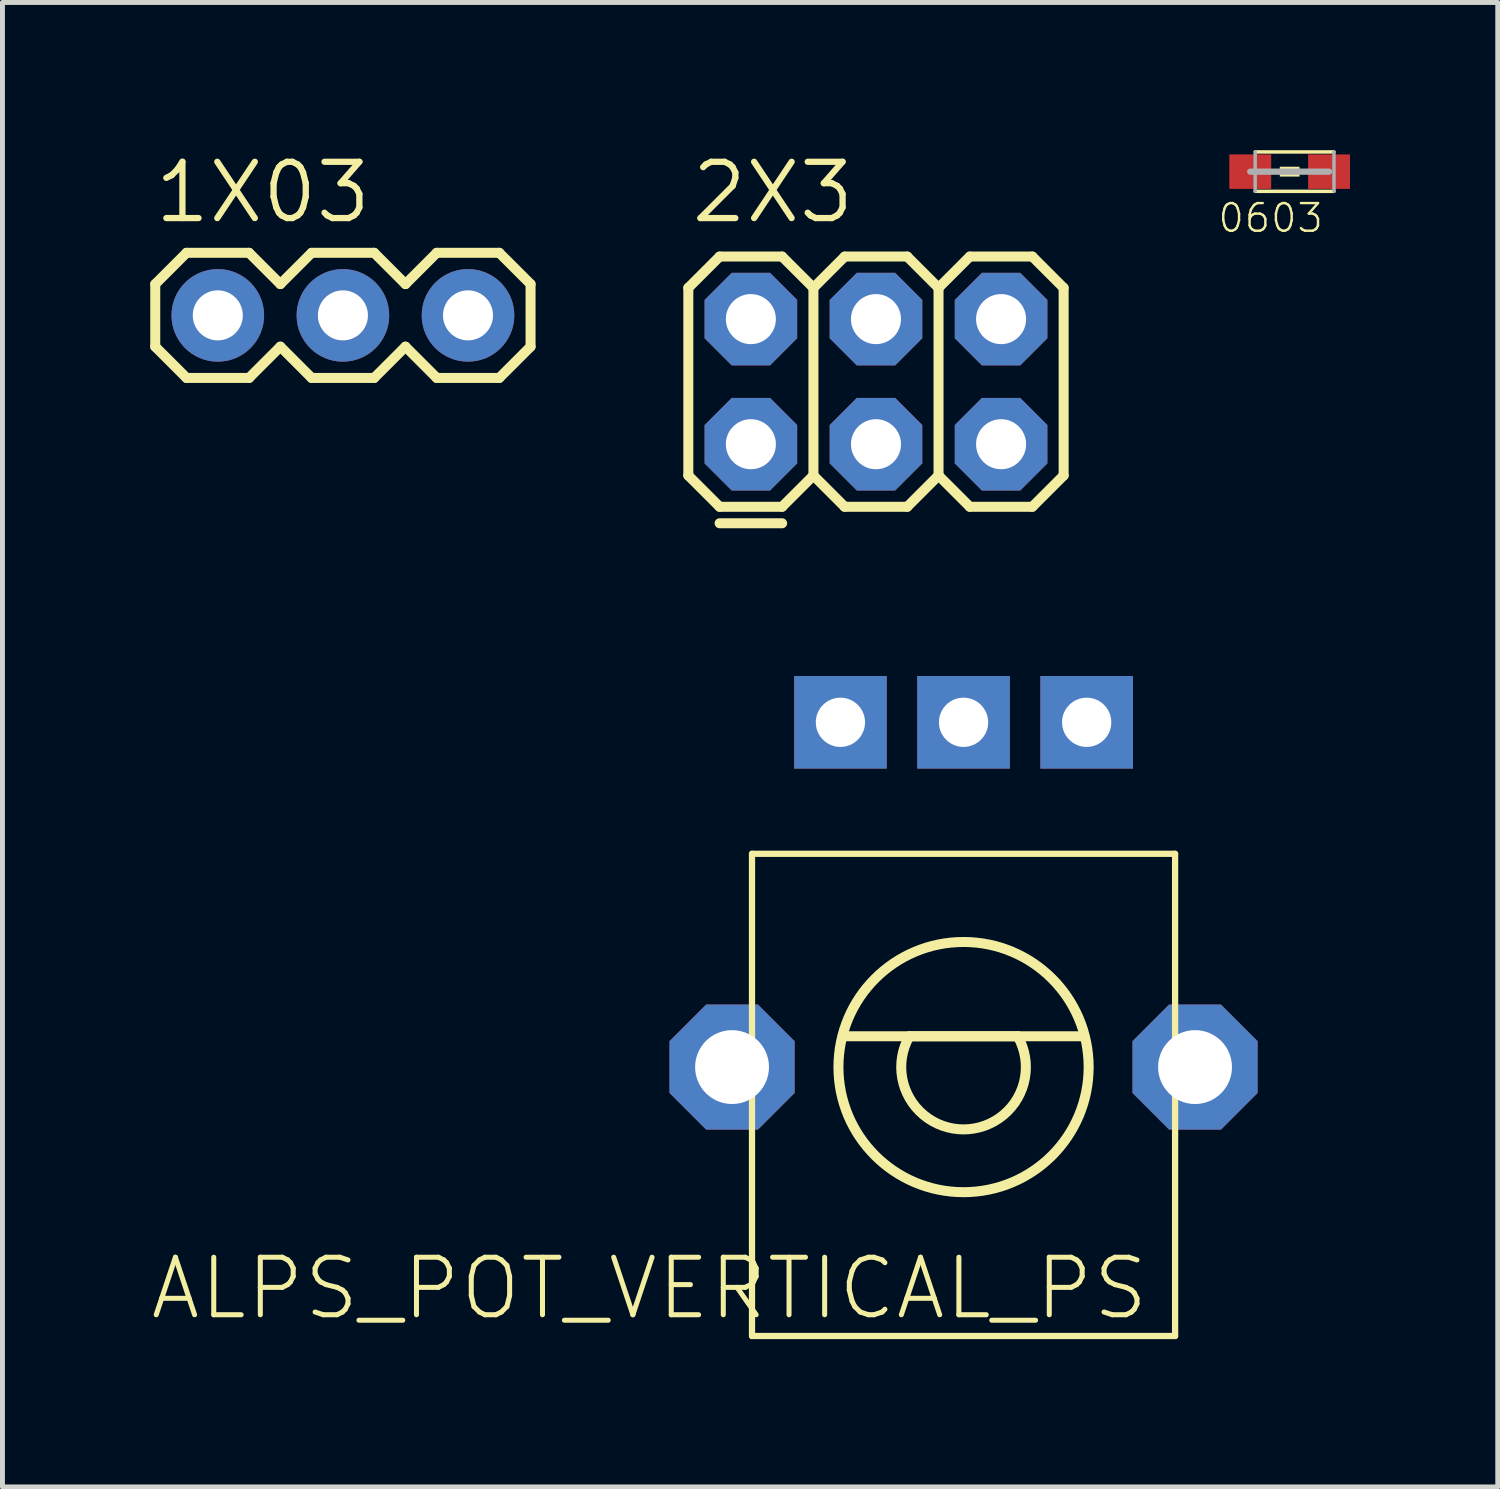
<source format=kicad_pcb>
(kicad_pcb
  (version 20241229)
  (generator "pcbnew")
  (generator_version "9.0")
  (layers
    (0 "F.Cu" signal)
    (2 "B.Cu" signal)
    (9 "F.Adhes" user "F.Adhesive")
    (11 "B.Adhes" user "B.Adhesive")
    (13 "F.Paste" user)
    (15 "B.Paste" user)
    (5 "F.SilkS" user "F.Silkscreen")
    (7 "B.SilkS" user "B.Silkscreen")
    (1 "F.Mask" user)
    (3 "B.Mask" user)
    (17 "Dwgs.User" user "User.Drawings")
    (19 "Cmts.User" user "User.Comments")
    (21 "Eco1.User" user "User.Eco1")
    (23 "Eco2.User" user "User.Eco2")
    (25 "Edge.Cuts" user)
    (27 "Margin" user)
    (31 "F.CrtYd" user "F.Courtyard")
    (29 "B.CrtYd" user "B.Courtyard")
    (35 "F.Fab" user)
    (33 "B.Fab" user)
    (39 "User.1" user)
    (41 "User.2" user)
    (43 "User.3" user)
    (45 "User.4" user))
  (footprint "ALPS_POT_VERTICAL_PS"
    (layer "F.Cu")
    (at 16.513 18.615)
    (property "Reference" "ALPS_POT_VERTICAL_PS" (at 3.81 3.81 0) (layer "F.SilkS") (effects (font (size 1.168 1.168) (thickness 0.102)) (justify right top)))
    (fp_line (start -4.295 -4.33) (end 4.295 -4.33) (stroke (width 0.127) (type solid)) (layer "F.SilkS"))
    (fp_line (start -4.295 5.46) (end -4.295 -4.33) (stroke (width 0.127) (type solid)) (layer "F.SilkS"))
    (fp_line (start -2.45 -0.625) (end 2.425 -0.625) (stroke (width 0.203) (type solid)) (layer "F.SilkS"))
    (fp_line (start -1.1 -0.625) (end 1.1 -0.625) (stroke (width 0.203) (type solid)) (layer "F.SilkS"))
    (fp_line (start 4.295 -4.33) (end 4.295 5.46) (stroke (width 0.127) (type solid)) (layer "F.SilkS"))
    (fp_line (start 4.295 5.46) (end -4.295 5.46) (stroke (width 0.127) (type solid)) (layer "F.SilkS"))
    (fp_arc (start 1.1 -0.625) (mid 0 1.265158) (end -1.1 -0.625) (stroke (width 0.2032) (type solid)) (layer "F.SilkS"))
    (fp_circle (center 0 0) (end 2.54 0) (stroke (width 0.203) (type solid)) (fill no) (layer "F.SilkS"))
    (pad "P$1" thru_hole rect (at -2.5 -7 270) (size 1.88 1.88) (drill 1) (layers "*.Cu" "*.Mask"))
    (pad "P$2" thru_hole rect (at 0 -7 270) (size 1.88 1.88) (drill 1) (layers "*.Cu" "*.Mask"))
    (pad "P$3" thru_hole rect (at 2.5 -7 270) (size 1.88 1.88) (drill 1) (layers "*.Cu" "*.Mask"))
    (pad "P$4" thru_hole roundrect (at -4.7 0 270) (size 2.54 2.54) (drill 1.5) (layers "*.Cu" "*.Mask") (roundrect_rratio 0.25) (chamfer_ratio 0.293) (chamfer top_left top_right bottom_left bottom_right))
    (pad "P$5" thru_hole roundrect (at 4.7 0 270) (size 2.54 2.54) (drill 1.5) (layers "*.Cu" "*.Mask") (roundrect_rratio 0.25) (chamfer_ratio 0.293) (chamfer top_left top_right bottom_left bottom_right)))
  (footprint "1X03"
    (layer "F.Cu")
    (at 1.372 3.353)
    (property "Reference" "1X03" (at -1.346 -1.829 0) (layer "F.SilkS") (effects (font (size 1.143 1.143) (thickness 0.127)) (justify left bottom)))
    (fp_line (start -1.27 -0.635) (end -1.27 0.635) (stroke (width 0.203) (type solid)) (layer "F.SilkS"))
    (fp_line (start -1.27 0.635) (end -0.635 1.27) (stroke (width 0.203) (type solid)) (layer "F.SilkS"))
    (fp_line (start -0.635 -1.27) (end -1.27 -0.635) (stroke (width 0.203) (type solid)) (layer "F.SilkS"))
    (fp_line (start -0.635 -1.27) (end 0.635 -1.27) (stroke (width 0.203) (type solid)) (layer "F.SilkS"))
    (fp_line (start 0.635 -1.27) (end 1.27 -0.635) (stroke (width 0.203) (type solid)) (layer "F.SilkS"))
    (fp_line (start 0.635 1.27) (end -0.635 1.27) (stroke (width 0.203) (type solid)) (layer "F.SilkS"))
    (fp_line (start 1.27 -0.635) (end 1.905 -1.27) (stroke (width 0.203) (type solid)) (layer "F.SilkS"))
    (fp_line (start 1.27 0.635) (end 0.635 1.27) (stroke (width 0.203) (type solid)) (layer "F.SilkS"))
    (fp_line (start 1.905 -1.27) (end 3.175 -1.27) (stroke (width 0.203) (type solid)) (layer "F.SilkS"))
    (fp_line (start 1.905 1.27) (end 1.27 0.635) (stroke (width 0.203) (type solid)) (layer "F.SilkS"))
    (fp_line (start 3.175 -1.27) (end 3.81 -0.635) (stroke (width 0.203) (type solid)) (layer "F.SilkS"))
    (fp_line (start 3.175 1.27) (end 1.905 1.27) (stroke (width 0.203) (type solid)) (layer "F.SilkS"))
    (fp_line (start 3.81 -0.635) (end 4.445 -1.27) (stroke (width 0.203) (type solid)) (layer "F.SilkS"))
    (fp_line (start 3.81 0.635) (end 3.175 1.27) (stroke (width 0.203) (type solid)) (layer "F.SilkS"))
    (fp_line (start 4.445 -1.27) (end 5.715 -1.27) (stroke (width 0.203) (type solid)) (layer "F.SilkS"))
    (fp_line (start 4.445 1.27) (end 3.81 0.635) (stroke (width 0.203) (type solid)) (layer "F.SilkS"))
    (fp_line (start 5.715 -1.27) (end 6.35 -0.635) (stroke (width 0.203) (type solid)) (layer "F.SilkS"))
    (fp_line (start 5.715 1.27) (end 4.445 1.27) (stroke (width 0.203) (type solid)) (layer "F.SilkS"))
    (fp_line (start 6.35 -0.635) (end 6.35 0.635) (stroke (width 0.203) (type solid)) (layer "F.SilkS"))
    (fp_line (start 6.35 0.635) (end 5.715 1.27) (stroke (width 0.203) (type solid)) (layer "F.SilkS"))
    (fp_poly (pts (xy -0.254 0.254) (xy 0.254 0.254) (xy 0.254 -0.254) (xy -0.254 -0.254)) (stroke (width 0.1) (type solid)) (fill no) (layer "F.Fab"))
    (fp_poly (pts (xy 2.286 0.254) (xy 2.794 0.254) (xy 2.794 -0.254) (xy 2.286 -0.254)) (stroke (width 0.1) (type solid)) (fill no) (layer "F.Fab"))
    (fp_poly (pts (xy 4.826 0.254) (xy 5.334 0.254) (xy 5.334 -0.254) (xy 4.826 -0.254)) (stroke (width 0.1) (type solid)) (fill no) (layer "F.Fab"))
    (pad "1" thru_hole circle (at 0 0 90) (size 1.88 1.88) (drill 1.016) (layers "*.Cu" "*.Mask"))
    (pad "2" thru_hole circle (at 2.54 0 90) (size 1.88 1.88) (drill 1.016) (layers "*.Cu" "*.Mask"))
    (pad "3" thru_hole circle (at 5.08 0 90) (size 1.88 1.88) (drill 1.016) (layers "*.Cu" "*.Mask")))
  (footprint "0603"
    (layer "F.Cu")
    (at 23.234 0.435)
    (property "Reference" "0603" (at -1.587 1.27 0) (layer "F.SilkS") (effects (font (size 0.561 0.561) (thickness 0.049)) (justify left bottom)))
    (fp_line (start -0.8 -0.4) (end 0.8 -0.4) (stroke (width 0.07) (type solid)) (layer "F.SilkS"))
    (fp_line (start 0.8 0.4) (end -0.8 0.4) (stroke (width 0.07) (type solid)) (layer "F.SilkS"))
    (fp_poly (pts (xy -0.3 0.1) (xy 0.1 0.1) (xy 0.1 -0.1) (xy -0.3 -0.1)) (stroke (width 0) (type solid)) (fill yes) (layer "F.SilkS"))
    (fp_line (start -0.9 0) (end 0.7 0) (stroke (width 0.127) (type solid)) (layer "F.Fab"))
    (fp_line (start -0.8 0.4) (end -0.8 -0.4) (stroke (width 0.07) (type solid)) (layer "F.Fab"))
    (fp_line (start 0.8 -0.4) (end 0.8 0.4) (stroke (width 0.07) (type solid)) (layer "F.Fab"))
    (pad "1" smd rect (at -0.9 0) (size 0.85 0.7) (layers "F.Cu" "F.Mask" "F.Paste"))
    (pad "2" smd rect (at 0.7 0) (size 0.85 0.7) (layers "F.Cu" "F.Mask" "F.Paste")))
  (footprint "2X3"
    (layer "F.Cu")
    (at 12.195 5.969)
    (property "Reference" "2X3" (at -1.27 -4.445 0) (layer "F.SilkS") (effects (font (size 1.143 1.143) (thickness 0.127)) (justify left bottom)))
    (fp_line (start -1.27 -3.175) (end -0.635 -3.81) (stroke (width 0.203) (type solid)) (layer "F.SilkS"))
    (fp_line (start -1.27 0.635) (end -1.27 -3.175) (stroke (width 0.203) (type solid)) (layer "F.SilkS"))
    (fp_line (start -1.27 0.635) (end -0.635 1.27) (stroke (width 0.203) (type solid)) (layer "F.SilkS"))
    (fp_line (start -0.635 -3.81) (end 0.635 -3.81) (stroke (width 0.203) (type solid)) (layer "F.SilkS"))
    (fp_line (start -0.635 1.27) (end 0.635 1.27) (stroke (width 0.203) (type solid)) (layer "F.SilkS"))
    (fp_line (start 0.635 -3.81) (end 1.27 -3.175) (stroke (width 0.203) (type solid)) (layer "F.SilkS"))
    (fp_line (start 0.635 1.27) (end 1.27 0.635) (stroke (width 0.203) (type solid)) (layer "F.SilkS"))
    (fp_line (start 0.635 1.605) (end -0.635 1.605) (stroke (width 0.203) (type solid)) (layer "F.SilkS"))
    (fp_line (start 1.27 -3.175) (end 1.27 0.635) (stroke (width 0.203) (type solid)) (layer "F.SilkS"))
    (fp_line (start 1.27 -3.175) (end 1.905 -3.81) (stroke (width 0.203) (type solid)) (layer "F.SilkS"))
    (fp_line (start 1.27 0.635) (end 1.905 1.27) (stroke (width 0.203) (type solid)) (layer "F.SilkS"))
    (fp_line (start 1.905 -3.81) (end 3.175 -3.81) (stroke (width 0.203) (type solid)) (layer "F.SilkS"))
    (fp_line (start 1.905 1.27) (end 3.175 1.27) (stroke (width 0.203) (type solid)) (layer "F.SilkS"))
    (fp_line (start 3.175 -3.81) (end 3.81 -3.175) (stroke (width 0.203) (type solid)) (layer "F.SilkS"))
    (fp_line (start 3.175 1.27) (end 3.81 0.635) (stroke (width 0.203) (type solid)) (layer "F.SilkS"))
    (fp_line (start 3.81 -3.175) (end 3.81 0.635) (stroke (width 0.203) (type solid)) (layer "F.SilkS"))
    (fp_line (start 3.81 -3.175) (end 4.445 -3.81) (stroke (width 0.203) (type solid)) (layer "F.SilkS"))
    (fp_line (start 3.81 0.635) (end 4.445 1.27) (stroke (width 0.203) (type solid)) (layer "F.SilkS"))
    (fp_line (start 4.445 -3.81) (end 5.715 -3.81) (stroke (width 0.203) (type solid)) (layer "F.SilkS"))
    (fp_line (start 4.445 1.27) (end 5.715 1.27) (stroke (width 0.203) (type solid)) (layer "F.SilkS"))
    (fp_line (start 5.715 -3.81) (end 6.35 -3.175) (stroke (width 0.203) (type solid)) (layer "F.SilkS"))
    (fp_line (start 5.715 1.27) (end 6.35 0.635) (stroke (width 0.203) (type solid)) (layer "F.SilkS"))
    (fp_line (start 6.35 -3.175) (end 6.35 0.635) (stroke (width 0.203) (type solid)) (layer "F.SilkS"))
    (fp_poly (pts (xy -0.254 -2.286) (xy 0.254 -2.286) (xy 0.254 -2.794) (xy -0.254 -2.794)) (stroke (width 0.1) (type solid)) (fill no) (layer "F.Fab"))
    (fp_poly (pts (xy -0.254 0.254) (xy 0.254 0.254) (xy 0.254 -0.254) (xy -0.254 -0.254)) (stroke (width 0.1) (type solid)) (fill no) (layer "F.Fab"))
    (fp_poly (pts (xy 2.286 -2.286) (xy 2.794 -2.286) (xy 2.794 -2.794) (xy 2.286 -2.794)) (stroke (width 0.1) (type solid)) (fill no) (layer "F.Fab"))
    (fp_poly (pts (xy 2.286 0.254) (xy 2.794 0.254) (xy 2.794 -0.254) (xy 2.286 -0.254)) (stroke (width 0.1) (type solid)) (fill no) (layer "F.Fab"))
    (fp_poly (pts (xy 4.826 -2.286) (xy 5.334 -2.286) (xy 5.334 -2.794) (xy 4.826 -2.794)) (stroke (width 0.1) (type solid)) (fill no) (layer "F.Fab"))
    (fp_poly (pts (xy 4.826 0.254) (xy 5.334 0.254) (xy 5.334 -0.254) (xy 4.826 -0.254)) (stroke (width 0.1) (type solid)) (fill no) (layer "F.Fab"))
    (pad "1" thru_hole roundrect (at 0 0) (size 1.88 1.88) (drill 1.016) (layers "*.Cu" "*.Mask") (roundrect_rratio 0.25) (chamfer_ratio 0.293) (chamfer top_left top_right bottom_left bottom_right))
    (pad "2" thru_hole roundrect (at 0 -2.54) (size 1.88 1.88) (drill 1.016) (layers "*.Cu" "*.Mask") (roundrect_rratio 0.25) (chamfer_ratio 0.293) (chamfer top_left top_right bottom_left bottom_right))
    (pad "3" thru_hole roundrect (at 2.54 0) (size 1.88 1.88) (drill 1.016) (layers "*.Cu" "*.Mask") (roundrect_rratio 0.25) (chamfer_ratio 0.293) (chamfer top_left top_right bottom_left bottom_right))
    (pad "4" thru_hole roundrect (at 2.54 -2.54) (size 1.88 1.88) (drill 1.016) (layers "*.Cu" "*.Mask") (roundrect_rratio 0.25) (chamfer_ratio 0.293) (chamfer top_left top_right bottom_left bottom_right))
    (pad "5" thru_hole roundrect (at 5.08 0) (size 1.88 1.88) (drill 1.016) (layers "*.Cu" "*.Mask") (roundrect_rratio 0.25) (chamfer_ratio 0.293) (chamfer top_left top_right bottom_left bottom_right))
    (pad "6" thru_hole roundrect (at 5.08 -2.54) (size 1.88 1.88) (drill 1.016) (layers "*.Cu" "*.Mask") (roundrect_rratio 0.25) (chamfer_ratio 0.293) (chamfer top_left top_right bottom_left bottom_right)))
  (gr_rect
    (start -3 -3)
    (end 27.359 27.139)
    (stroke (width 0.1) (type default))
    (fill no)
    (layer "Edge.Cuts")))
</source>
